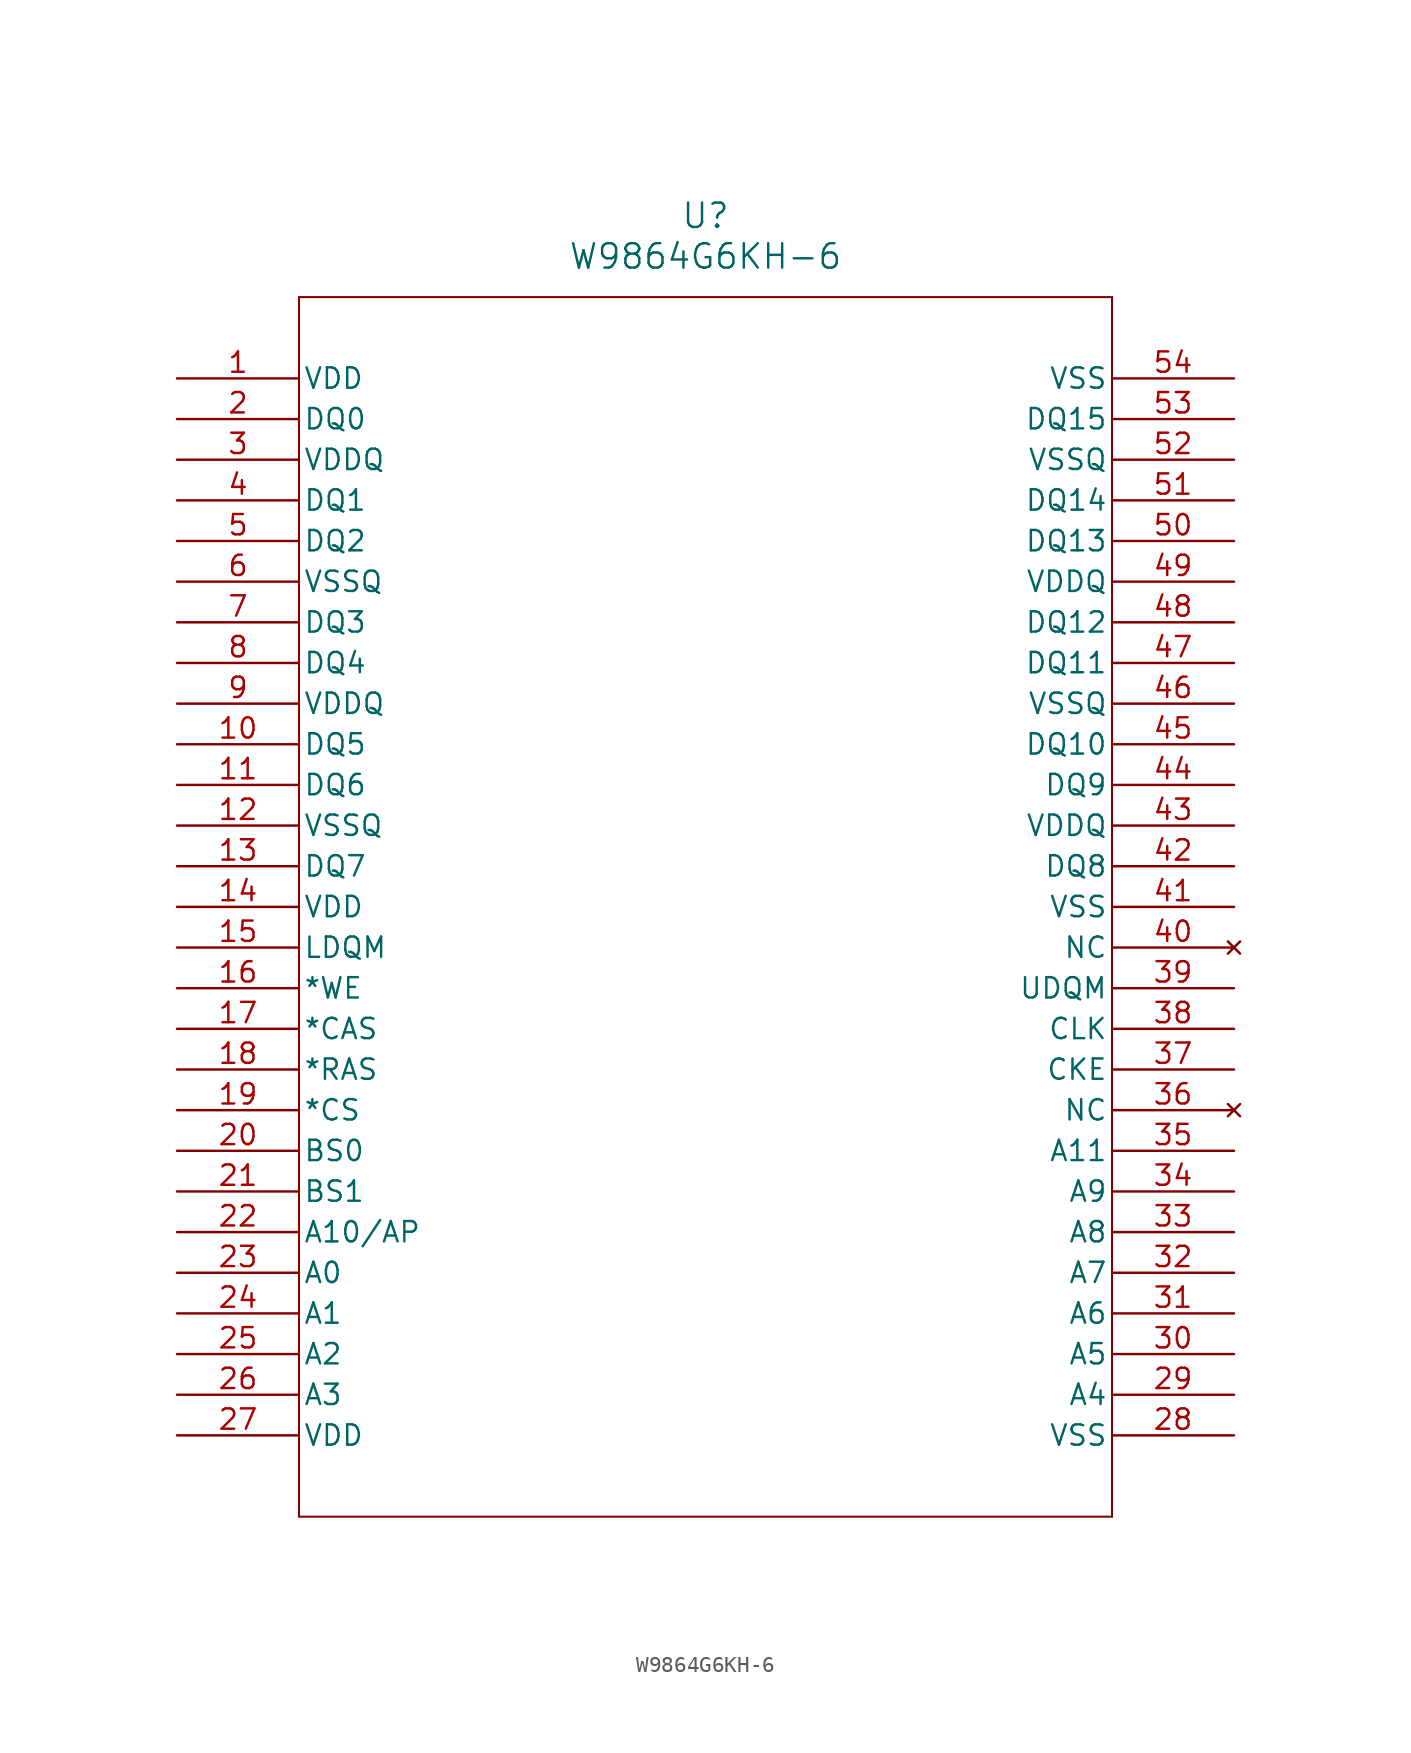
<source format=kicad_sym>
(kicad_symbol_lib
  (version 20211014)
  (generator kicad_symbol_editor)
  (symbol "W9864G6KH-6"
    (pin_names
      (offset 0.254))
    (property "Reference" "U"
      (at 33.02 10.16 0)
      (effects (font (size 1.524 1.524))))
    (property "Value" "W9864G6KH-6"
      (at 33.02 7.62 0)
      (effects (font (size 1.524 1.524))))
    (symbol "W9864G6KH-6_0_1"
      (polyline (pts (xy 7.62 5.08) (xy 7.62 -71.12)) (stroke (width 0.127) (type default) (color 0 0 0 0)) (fill (type none)))
      (polyline (pts (xy 7.62 -71.12) (xy 58.42 -71.12)) (stroke (width 0.127) (type default) (color 0 0 0 0)) (fill (type none)))
      (polyline (pts (xy 58.42 -71.12) (xy 58.42 5.08)) (stroke (width 0.127) (type default) (color 0 0 0 0)) (fill (type none)))
      (polyline (pts (xy 58.42 5.08) (xy 7.62 5.08)) (stroke (width 0.127) (type default) (color 0 0 0 0)) (fill (type none)))
      (pin power_in line (at 0 0 0) (length 7.62) (name "VDD" (effects (font (size 1.27 1.27)))) (number "1" (effects (font (size 1.27 1.27)))))
      (pin bidirectional line (at 0 -2.54 0) (length 7.62) (name "DQ0" (effects (font (size 1.27 1.27)))) (number "2" (effects (font (size 1.27 1.27)))))
      (pin power_in line (at 0 -5.08 0) (length 7.62) (name "VDDQ" (effects (font (size 1.27 1.27)))) (number "3" (effects (font (size 1.27 1.27)))))
      (pin bidirectional line (at 0 -7.62 0) (length 7.62) (name "DQ1" (effects (font (size 1.27 1.27)))) (number "4" (effects (font (size 1.27 1.27)))))
      (pin bidirectional line (at 0 -10.16 0) (length 7.62) (name "DQ2" (effects (font (size 1.27 1.27)))) (number "5" (effects (font (size 1.27 1.27)))))
      (pin power_in line (at 0 -12.7 0) (length 7.62) (name "VSSQ" (effects (font (size 1.27 1.27)))) (number "6" (effects (font (size 1.27 1.27)))))
      (pin bidirectional line (at 0 -15.24 0) (length 7.62) (name "DQ3" (effects (font (size 1.27 1.27)))) (number "7" (effects (font (size 1.27 1.27)))))
      (pin bidirectional line (at 0 -17.78 0) (length 7.62) (name "DQ4" (effects (font (size 1.27 1.27)))) (number "8" (effects (font (size 1.27 1.27)))))
      (pin power_in line (at 0 -20.32 0) (length 7.62) (name "VDDQ" (effects (font (size 1.27 1.27)))) (number "9" (effects (font (size 1.27 1.27)))))
      (pin bidirectional line (at 0 -22.86 0) (length 7.62) (name "DQ5" (effects (font (size 1.27 1.27)))) (number "10" (effects (font (size 1.27 1.27)))))
      (pin bidirectional line (at 0 -25.4 0) (length 7.62) (name "DQ6" (effects (font (size 1.27 1.27)))) (number "11" (effects (font (size 1.27 1.27)))))
      (pin power_in line (at 0 -27.94 0) (length 7.62) (name "VSSQ" (effects (font (size 1.27 1.27)))) (number "12" (effects (font (size 1.27 1.27)))))
      (pin bidirectional line (at 0 -30.48 0) (length 7.62) (name "DQ7" (effects (font (size 1.27 1.27)))) (number "13" (effects (font (size 1.27 1.27)))))
      (pin power_in line (at 0 -33.02 0) (length 7.62) (name "VDD" (effects (font (size 1.27 1.27)))) (number "14" (effects (font (size 1.27 1.27)))))
      (pin bidirectional line (at 0 -35.56 0) (length 7.62) (name "LDQM" (effects (font (size 1.27 1.27)))) (number "15" (effects (font (size 1.27 1.27)))))
      (pin unspecified line (at 0 -38.1 0) (length 7.62) (name "*WE" (effects (font (size 1.27 1.27)))) (number "16" (effects (font (size 1.27 1.27)))))
      (pin unspecified line (at 0 -40.64 0) (length 7.62) (name "*CAS" (effects (font (size 1.27 1.27)))) (number "17" (effects (font (size 1.27 1.27)))))
      (pin input line (at 0 -43.18 0) (length 7.62) (name "*RAS" (effects (font (size 1.27 1.27)))) (number "18" (effects (font (size 1.27 1.27)))))
      (pin unspecified line (at 0 -45.72 0) (length 7.62) (name "*CS" (effects (font (size 1.27 1.27)))) (number "19" (effects (font (size 1.27 1.27)))))
      (pin unspecified line (at 0 -48.26 0) (length 7.62) (name "BS0" (effects (font (size 1.27 1.27)))) (number "20" (effects (font (size 1.27 1.27)))))
      (pin unspecified line (at 0 -50.8 0) (length 7.62) (name "BS1" (effects (font (size 1.27 1.27)))) (number "21" (effects (font (size 1.27 1.27)))))
      (pin input line (at 0 -53.34 0) (length 7.62) (name "A10/AP" (effects (font (size 1.27 1.27)))) (number "22" (effects (font (size 1.27 1.27)))))
      (pin input line (at 0 -55.88 0) (length 7.62) (name "A0" (effects (font (size 1.27 1.27)))) (number "23" (effects (font (size 1.27 1.27)))))
      (pin input line (at 0 -58.42 0) (length 7.62) (name "A1" (effects (font (size 1.27 1.27)))) (number "24" (effects (font (size 1.27 1.27)))))
      (pin input line (at 0 -60.96 0) (length 7.62) (name "A2" (effects (font (size 1.27 1.27)))) (number "25" (effects (font (size 1.27 1.27)))))
      (pin input line (at 0 -63.5 0) (length 7.62) (name "A3" (effects (font (size 1.27 1.27)))) (number "26" (effects (font (size 1.27 1.27)))))
      (pin power_in line (at 0 -66.04 0) (length 7.62) (name "VDD" (effects (font (size 1.27 1.27)))) (number "27" (effects (font (size 1.27 1.27)))))
      (pin power_in line (at 66.04 -66.04 180) (length 7.62) (name "VSS" (effects (font (size 1.27 1.27)))) (number "28" (effects (font (size 1.27 1.27)))))
      (pin input line (at 66.04 -63.5 180) (length 7.62) (name "A4" (effects (font (size 1.27 1.27)))) (number "29" (effects (font (size 1.27 1.27)))))
      (pin input line (at 66.04 -60.96 180) (length 7.62) (name "A5" (effects (font (size 1.27 1.27)))) (number "30" (effects (font (size 1.27 1.27)))))
      (pin input line (at 66.04 -58.42 180) (length 7.62) (name "A6" (effects (font (size 1.27 1.27)))) (number "31" (effects (font (size 1.27 1.27)))))
      (pin input line (at 66.04 -55.88 180) (length 7.62) (name "A7" (effects (font (size 1.27 1.27)))) (number "32" (effects (font (size 1.27 1.27)))))
      (pin input line (at 66.04 -53.34 180) (length 7.62) (name "A8" (effects (font (size 1.27 1.27)))) (number "33" (effects (font (size 1.27 1.27)))))
      (pin input line (at 66.04 -50.8 180) (length 7.62) (name "A9" (effects (font (size 1.27 1.27)))) (number "34" (effects (font (size 1.27 1.27)))))
      (pin input line (at 66.04 -48.26 180) (length 7.62) (name "A11" (effects (font (size 1.27 1.27)))) (number "35" (effects (font (size 1.27 1.27)))))
      (pin no_connect line (at 66.04 -45.72 180) (length 7.62) (name "NC" (effects (font (size 1.27 1.27)))) (number "36" (effects (font (size 1.27 1.27)))))
      (pin unspecified line (at 66.04 -43.18 180) (length 7.62) (name "CKE" (effects (font (size 1.27 1.27)))) (number "37" (effects (font (size 1.27 1.27)))))
      (pin input line (at 66.04 -40.64 180) (length 7.62) (name "CLK" (effects (font (size 1.27 1.27)))) (number "38" (effects (font (size 1.27 1.27)))))
      (pin bidirectional line (at 66.04 -38.1 180) (length 7.62) (name "UDQM" (effects (font (size 1.27 1.27)))) (number "39" (effects (font (size 1.27 1.27)))))
      (pin no_connect line (at 66.04 -35.56 180) (length 7.62) (name "NC" (effects (font (size 1.27 1.27)))) (number "40" (effects (font (size 1.27 1.27)))))
      (pin power_in line (at 66.04 -33.02 180) (length 7.62) (name "VSS" (effects (font (size 1.27 1.27)))) (number "41" (effects (font (size 1.27 1.27)))))
      (pin bidirectional line (at 66.04 -30.48 180) (length 7.62) (name "DQ8" (effects (font (size 1.27 1.27)))) (number "42" (effects (font (size 1.27 1.27)))))
      (pin power_in line (at 66.04 -27.94 180) (length 7.62) (name "VDDQ" (effects (font (size 1.27 1.27)))) (number "43" (effects (font (size 1.27 1.27)))))
      (pin bidirectional line (at 66.04 -25.4 180) (length 7.62) (name "DQ9" (effects (font (size 1.27 1.27)))) (number "44" (effects (font (size 1.27 1.27)))))
      (pin bidirectional line (at 66.04 -22.86 180) (length 7.62) (name "DQ10" (effects (font (size 1.27 1.27)))) (number "45" (effects (font (size 1.27 1.27)))))
      (pin power_in line (at 66.04 -20.32 180) (length 7.62) (name "VSSQ" (effects (font (size 1.27 1.27)))) (number "46" (effects (font (size 1.27 1.27)))))
      (pin bidirectional line (at 66.04 -17.78 180) (length 7.62) (name "DQ11" (effects (font (size 1.27 1.27)))) (number "47" (effects (font (size 1.27 1.27)))))
      (pin bidirectional line (at 66.04 -15.24 180) (length 7.62) (name "DQ12" (effects (font (size 1.27 1.27)))) (number "48" (effects (font (size 1.27 1.27)))))
      (pin power_in line (at 66.04 -12.7 180) (length 7.62) (name "VDDQ" (effects (font (size 1.27 1.27)))) (number "49" (effects (font (size 1.27 1.27)))))
      (pin bidirectional line (at 66.04 -10.16 180) (length 7.62) (name "DQ13" (effects (font (size 1.27 1.27)))) (number "50" (effects (font (size 1.27 1.27)))))
      (pin bidirectional line (at 66.04 -7.62 180) (length 7.62) (name "DQ14" (effects (font (size 1.27 1.27)))) (number "51" (effects (font (size 1.27 1.27)))))
      (pin power_in line (at 66.04 -5.08 180) (length 7.62) (name "VSSQ" (effects (font (size 1.27 1.27)))) (number "52" (effects (font (size 1.27 1.27)))))
      (pin bidirectional line (at 66.04 -2.54 180) (length 7.62) (name "DQ15" (effects (font (size 1.27 1.27)))) (number "53" (effects (font (size 1.27 1.27)))))
      (pin power_in line (at 66.04 0 180) (length 7.62) (name "VSS" (effects (font (size 1.27 1.27)))) (number "54" (effects (font (size 1.27 1.27))))))))
</source>
